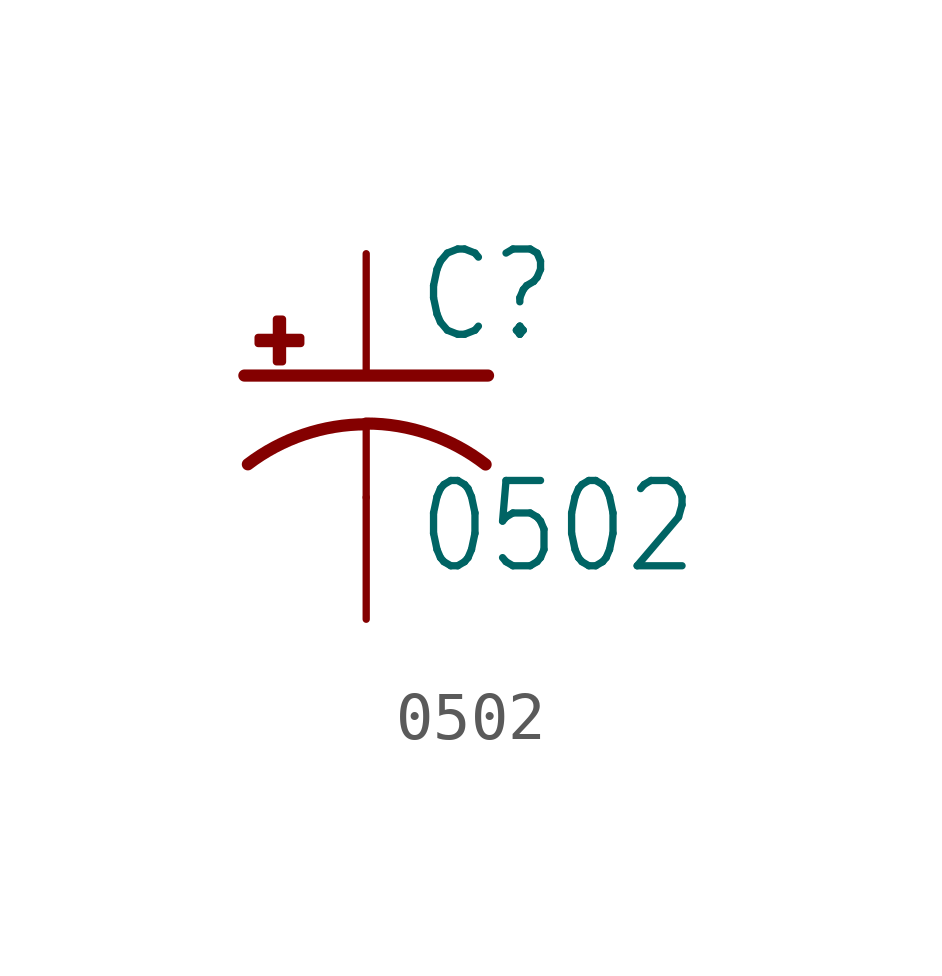
<source format=kicad_sym>
(kicad_symbol_lib
  (version 20211014)
  (generator kicad_symbol_editor)
  (symbol "0502"
    (property "Reference" "C"
      (at 1.016 0.635 0)
      (effects (font (size 1.778 1.511)) (justify left bottom)))
    (property "Value" "0502"
      (at 1.016 -4.191 0)
      (effects (font (size 1.778 1.511)) (justify left bottom)))
    (property "ki_locked" ""
      (at 0 0 0)
      (effects (font (size 1.27 1.27))))
    (symbol "0502_1_0"
      (rectangle (start -2.253 0.668) (end -1.364 0.795) (stroke (width 0) (type default) (color 0 0 0 0)) (fill (type outline)))
      (rectangle (start -1.872 0.287) (end -1.745 1.176) (stroke (width 0) (type default) (color 0 0 0 0)) (fill (type outline)))
      (arc (start 0 -1.0161) (mid -1.3021 -1.2303) (end -2.4669 -1.8504) (stroke (width 0.254) (type default) (color 0 0 0 0)) (fill (type none)))
      (polyline (pts (xy -2.54 0) (xy 2.54 0)) (stroke (width 0.254) (type default) (color 0 0 0 0)) (fill (type none)))
      (polyline (pts (xy 0 -1.016) (xy 0 -2.54)) (stroke (width 0.152) (type default) (color 0 0 0 0)) (fill (type none)))
      (arc (start 2.4892 -1.8542) (mid 1.3158 -1.2195) (end 0 -1) (stroke (width 0.254) (type default) (color 0 0 0 0)) (fill (type none)))
      (pin passive line (at 0 2.54 270) (length 2.54) (name "+" (effects (font (size 0 0)))) (number "+" (effects (font (size 0 0)))))
      (pin passive line (at 0 -5.08 90) (length 2.54) (name "-" (effects (font (size 0 0)))) (number "-" (effects (font (size 0 0))))))))
</source>
